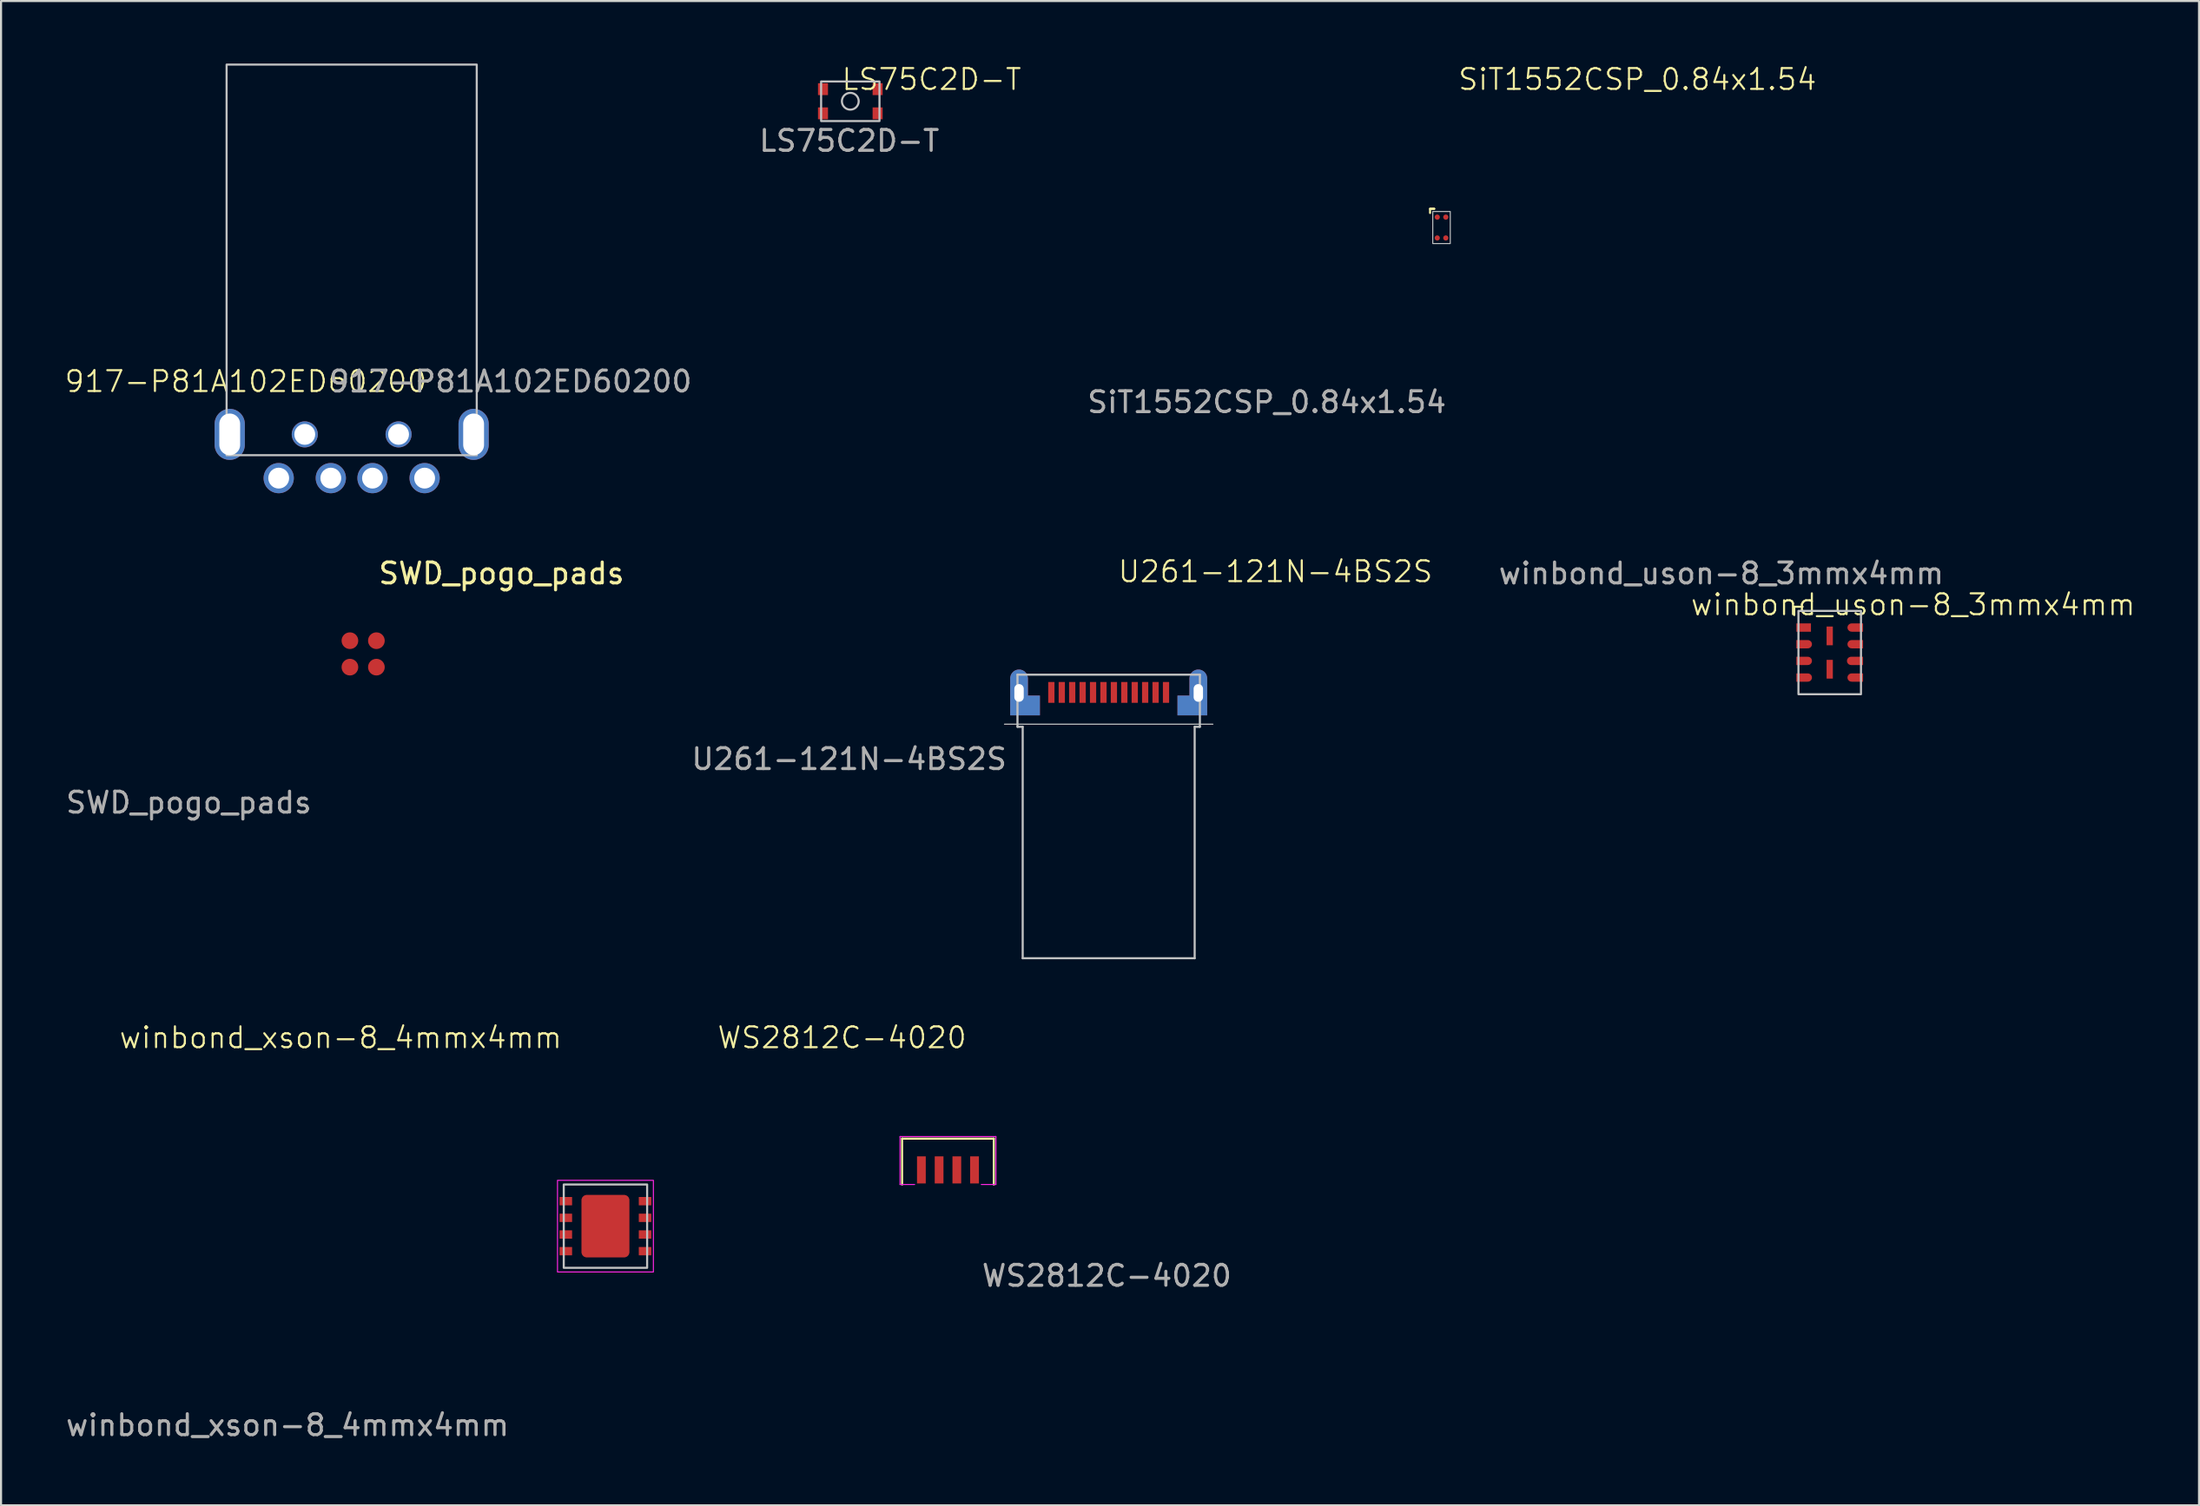
<source format=kicad_pcb>
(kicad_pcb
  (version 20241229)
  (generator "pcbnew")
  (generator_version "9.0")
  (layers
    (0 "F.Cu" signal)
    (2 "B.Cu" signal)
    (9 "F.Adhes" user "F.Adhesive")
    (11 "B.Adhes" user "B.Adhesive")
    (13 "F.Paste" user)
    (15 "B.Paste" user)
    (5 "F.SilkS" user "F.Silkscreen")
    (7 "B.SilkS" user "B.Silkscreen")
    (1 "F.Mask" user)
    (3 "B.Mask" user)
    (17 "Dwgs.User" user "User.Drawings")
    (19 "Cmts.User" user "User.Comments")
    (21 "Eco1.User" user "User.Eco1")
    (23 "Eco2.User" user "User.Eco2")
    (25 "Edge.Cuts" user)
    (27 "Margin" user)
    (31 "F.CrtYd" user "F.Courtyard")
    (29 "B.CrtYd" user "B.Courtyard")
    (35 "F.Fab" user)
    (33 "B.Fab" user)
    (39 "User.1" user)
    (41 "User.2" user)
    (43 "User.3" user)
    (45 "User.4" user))
  (footprint "winbond_uson-8_3mmx4mm"
    (layer "F.Cu")
    (at 84.724 28.273)
    (property "Reference" "winbond_uson-8_3mmx4mm" (at 4 -2.3 0) (unlocked yes) (layer "F.SilkS") (effects (font (size 1 1) (thickness 0.1))))
    (attr smd)
    (fp_line (start -1.7 -2.2) (end -1.3 -2.2) (stroke (width 0.1) (type default)) (layer "F.SilkS"))
    (fp_line (start -1.7 -1.8) (end -1.7 -2.2) (stroke (width 0.1) (type default)) (layer "F.SilkS"))
    (fp_rect (start -1.5 -2) (end 1.5 2) (stroke (width 0.1) (type default)) (fill no) (layer "Dwgs.User"))
    (fp_text user "${REFERENCE}" (at -5.2 -3.8 0) (unlocked yes) (layer "F.Fab") (effects (font (size 1 1) (thickness 0.15))))
    (pad "" smd rect (at 0 -0.8 90) (size 0.9 0.3) (layers "F.Cu" "F.Mask" "F.Paste"))
    (pad "" smd rect (at 0 0.8 90) (size 0.9 0.3) (layers "F.Cu" "F.Mask" "F.Paste"))
    (pad "1" smd rect (at -1.25 -1.2 270) (size 0.4 0.7) (layers "F.Cu" "F.Mask" "F.Paste"))
    (pad "2" smd custom (at -1.325 -0.4 270) (size 0.4 0.55) (layers "F.Cu" "F.Mask" "F.Paste") (options (anchor rect)) (primitives (gr_circle (center 0 -0.275) (end 0.2 -0.275) (width 0) (fill yes))))
    (pad "3" smd custom (at -1.325 0.4 90) (size 0.4 0.55) (layers "F.Cu" "F.Mask" "F.Paste") (options (anchor rect)) (primitives (gr_circle (center 0 0.275) (end 0 0.475) (width 0) (fill yes))))
    (pad "4" smd custom (at -1.325 1.2 90) (size 0.4 0.55) (layers "F.Cu" "F.Mask" "F.Paste") (options (anchor rect)) (primitives (gr_circle (center 0 0.275) (end 0 0.475) (width 0) (fill yes))))
    (pad "5" smd custom (at 1.325 1.2 90) (size 0.4 0.55) (layers "F.Cu" "F.Mask" "F.Paste") (options (anchor rect)) (primitives (gr_circle (center 0 -0.275) (end 0 -0.075) (width 0) (fill yes))))
    (pad "6" smd custom (at 1.312 0.4 90) (size 0.4 0.575) (layers "F.Cu" "F.Mask" "F.Paste") (options (anchor rect)) (primitives (gr_circle (center 0 -0.287) (end 0 -0.087) (width 0) (fill yes))))
    (pad "7" smd custom (at 1.325 -0.4 90) (size 0.4 0.55) (layers "F.Cu" "F.Mask" "F.Paste") (options (anchor rect)) (primitives (gr_circle (center 0 -0.275) (end 0 -0.075) (width 0) (fill yes))))
    (pad "8" smd custom (at 1.325 -1.2 90) (size 0.4 0.55) (layers "F.Cu" "F.Mask" "F.Paste") (options (anchor rect)) (primitives (gr_circle (center 0 -0.275) (end 0 -0.075) (width 0) (fill yes)))))
  (footprint "LS75C2D-T"
    (layer "F.Cu")
    (at 37.74 1.81)
    (property "Reference" "LS75C2D-T" (at 3.9 -1.05 0) (unlocked yes) (layer "F.SilkS") (effects (font (size 1 1) (thickness 0.1))))
    (attr through_hole)
    (fp_rect (start -1.4 -0.95) (end 1.4 0.95) (stroke (width 0.1) (type default)) (fill no) (layer "Dwgs.User"))
    (fp_circle (center 0 0) (end 0.35 -0.2) (stroke (width 0.1) (type default)) (fill no) (layer "Dwgs.User"))
    (fp_text user "${REFERENCE}" (at -0.05 1.9 0) (unlocked yes) (layer "F.Fab") (effects (font (size 1 1) (thickness 0.15))))
    (pad "1" smd rect (at -1.31 -0.58) (size 0.48 0.57) (layers "F.Cu" "F.Mask" "F.Paste"))
    (pad "1" smd rect (at 1.31 -0.58) (size 0.48 0.57) (layers "F.Cu" "F.Mask" "F.Paste"))
    (pad "2" smd rect (at -1.31 0.58) (size 0.48 0.57) (layers "F.Cu" "F.Mask" "F.Paste"))
    (pad "2" smd rect (at 1.31 0.58) (size 0.48 0.57) (layers "F.Cu" "F.Mask" "F.Paste")))
  (footprint "SWD_pogo_pads"
    (layer "F.Cu")
    (at 15.006 28.973)
    (property "Reference" "SWD_pogo_pads" (at 6 -4.5 0) (unlocked yes) (layer "F.SilkS") (effects (font (size 1 1) (thickness 0.15))))
    (attr smd)
    (fp_text user "${REFERENCE}" (at -9 6.5 0) (unlocked yes) (layer "F.Fab") (effects (font (size 1 1) (thickness 0.15))))
    (pad "1" smd circle (at -1.27 -1.27) (size 0.8 0.8) (layers "F.Cu" "F.Mask" "F.Paste"))
    (pad "2" smd circle (at 0 -1.27) (size 0.8 0.8) (layers "F.Cu" "F.Mask" "F.Paste"))
    (pad "3" smd circle (at -1.27 0) (size 0.8 0.8) (layers "F.Cu" "F.Mask" "F.Paste"))
    (pad "4" smd circle (at 0 0) (size 0.8 0.8) (layers "F.Cu" "F.Mask" "F.Paste")))
  (footprint "SiT1552CSP_0.84x1.54"
    (layer "F.Cu")
    (at 66.102 7.872)
    (property "Reference" "SiT1552CSP_0.84x1.54" (at 9.398 -7.112 0) (unlocked yes) (layer "F.SilkS") (effects (font (size 1 1) (thickness 0.1))))
    (attr smd)
    (fp_line (start -0.55 -0.9) (end -0.55 -0.7) (stroke (width 0.1) (type default)) (layer "F.SilkS"))
    (fp_line (start -0.55 -0.9) (end -0.35 -0.9) (stroke (width 0.1) (type default)) (layer "F.SilkS"))
    (fp_line (start -0.35 -0.9) (end -0.5 -0.9) (stroke (width 0.1) (type default)) (layer "F.SilkS"))
    (fp_rect (start -0.42 -0.77) (end 0.42 0.77) (stroke (width 0.05) (type default)) (fill no) (layer "Dwgs.User"))
    (fp_text user "${REFERENCE}" (at -8.382 8.382 0) (unlocked yes) (layer "F.Fab") (effects (font (size 1 1) (thickness 0.15))))
    (pad "1" smd circle (at -0.205 -0.5) (size 0.25 0.25) (layers "F.Cu" "F.Mask" "F.Paste"))
    (pad "2" smd circle (at -0.205 0.5) (size 0.25 0.25) (layers "F.Cu" "F.Mask" "F.Paste"))
    (pad "3" smd circle (at 0.205 0.5) (size 0.25 0.25) (layers "F.Cu" "F.Mask" "F.Paste"))
    (pad "4" smd circle (at 0.205 -0.5) (size 0.25 0.25) (layers "F.Cu" "F.Mask" "F.Paste")))
  (footprint "917-P81A102ED60200"
    (layer "F.Cu")
    (at 13.82 17.8)
    (property "Reference" "917-P81A102ED60200" (at -5.08 -2.54 0) (unlocked yes) (layer "F.SilkS") (effects (font (size 1 1) (thickness 0.1))))
    (attr through_hole)
    (fp_rect (start -6 1) (end 6 -17.75) (stroke (width 0.1) (type default)) (fill no) (layer "Dwgs.User"))
    (fp_text user "${REFERENCE}" (at 7.62 -2.54 0) (unlocked yes) (layer "F.Fab") (effects (font (size 1 1) (thickness 0.15))))
    (pad "" np_thru_hole circle (at -2.25 0) (size 1.25 1.25) (drill 1) (layers "*.Cu" "*.Mask"))
    (pad "" np_thru_hole circle (at 2.25 0) (size 1.25 1.25) (drill 1) (layers "*.Cu" "*.Mask"))
    (pad "1" thru_hole circle (at -3.5 2.1) (size 1.45 1.45) (drill 1) (layers "*.Cu" "*.Mask"))
    (pad "2" thru_hole circle (at -1 2.1) (size 1.45 1.45) (drill 1) (layers "*.Cu" "*.Mask"))
    (pad "3" thru_hole circle (at 1 2.1) (size 1.45 1.45) (drill 1) (layers "*.Cu" "*.Mask"))
    (pad "4" thru_hole circle (at 3.5 2.1) (size 1.45 1.45) (drill 1) (layers "*.Cu" "*.Mask"))
    (pad "5" thru_hole oval (at -5.85 0) (size 1.45 2.45) (drill oval 1 2) (layers "*.Cu" "*.Mask"))
    (pad "5" thru_hole oval (at 5.85 0) (size 1.45 2.45) (drill oval 1 2) (layers "*.Cu" "*.Mask")))
  (footprint "winbond_xson-8_4mmx4mm"
    (layer "F.Cu")
    (at 25.994 55.806)
    (property "Reference" "winbond_xson-8_4mmx4mm" (at -12.7 -9.05 0) (unlocked yes) (layer "F.SilkS") (effects (font (size 1 1) (thickness 0.1))))
    (attr smd)
    (fp_rect (start -2 -2) (end 2 2) (stroke (width 0.1) (type default)) (fill no) (layer "Dwgs.User"))
    (fp_rect (start -2.3 -2.2) (end 2.3 2.2) (stroke (width 0.05) (type default)) (fill no) (layer "F.CrtYd"))
    (fp_text user "${REFERENCE}" (at -15.25 9.55 0) (unlocked yes) (layer "F.Fab") (effects (font (size 1 1) (thickness 0.15))))
    (pad "1" smd custom (at -1.9 -1.2 270) (size 0.4 0.6) (layers "F.Cu" "F.Mask" "F.Paste") (options (anchor rect)) (primitives))
    (pad "2" smd custom (at -1.9 -0.4 270) (size 0.4 0.6) (layers "F.Cu" "F.Mask" "F.Paste") (options (anchor rect)) (primitives))
    (pad "3" smd custom (at -1.9 0.4 270) (size 0.4 0.6) (layers "F.Cu" "F.Mask" "F.Paste") (options (anchor rect)) (primitives))
    (pad "4" smd custom (at -1.9 1.2 270) (size 0.4 0.6) (layers "F.Cu" "F.Mask" "F.Paste") (options (anchor rect)) (primitives))
    (pad "4" smd custom (at 0 0 270) (size 0.4 0.6) (layers "F.Cu" "F.Mask" "F.Paste") (options (anchor rect)) (primitives (gr_rect (start -1.25 -0.9) (end 1.25 0.9) (width 0.5) (fill yes))))
    (pad "5" smd custom (at 1.9 1.2 270) (size 0.4 0.6) (layers "F.Cu" "F.Mask" "F.Paste") (options (anchor rect)) (primitives))
    (pad "6" smd custom (at 1.9 0.4 270) (size 0.4 0.6) (layers "F.Cu" "F.Mask" "F.Paste") (options (anchor rect)) (primitives))
    (pad "7" smd custom (at 1.9 -0.4 270) (size 0.4 0.6) (layers "F.Cu" "F.Mask" "F.Paste") (options (anchor rect)) (primitives))
    (pad "8" smd custom (at 1.9 -1.2 270) (size 0.4 0.6) (layers "F.Cu" "F.Mask" "F.Paste") (options (anchor rect)) (primitives)))
  (footprint "U261-121N-4BS2S"
    (layer "F.Cu")
    (at 50.135 30.186)
    (property "Reference" "U261-121N-4BS2S" (at 8 -5.8 0) (unlocked yes) (layer "F.SilkS") (effects (font (size 1 1) (thickness 0.1))))
    (attr smd)
    (fp_line (start -5 1.525) (end 5 1.525) (stroke (width 0.05) (type default)) (layer "Dwgs.User"))
    (fp_line (start -4.375 -0.85) (end -4.375 1.65) (stroke (width 0.1) (type default)) (layer "Dwgs.User"))
    (fp_line (start -4.375 -0.85) (end 4.375 -0.85) (stroke (width 0.1) (type default)) (layer "Dwgs.User"))
    (fp_line (start -4.375 1.65) (end -4.125 1.65) (stroke (width 0.1) (type default)) (layer "Dwgs.User"))
    (fp_line (start -4.125 1.65) (end -4.125 12.76) (stroke (width 0.1) (type default)) (layer "Dwgs.User"))
    (fp_line (start 4.125 1.65) (end 4.125 12.76) (stroke (width 0.1) (type default)) (layer "Dwgs.User"))
    (fp_line (start 4.125 12.76) (end -4.125 12.76) (stroke (width 0.1) (type default)) (layer "Dwgs.User"))
    (fp_line (start 4.375 -0.85) (end 4.375 1.65) (stroke (width 0.1) (type default)) (layer "Dwgs.User"))
    (fp_line (start 4.375 1.65) (end 4.125 1.65) (stroke (width 0.1) (type default)) (layer "Dwgs.User"))
    (fp_text user "${REFERENCE}" (at -12.45 3.2 0) (unlocked yes) (layer "F.Fab") (effects (font (size 1 1) (thickness 0.15))))
    (pad "A1" smd rect (at 2.75 0) (size 0.3 1) (layers "F.Cu" "F.Mask" "F.Paste"))
    (pad "A2" smd rect (at 2.25 0) (size 0.3 1) (layers "F.Cu" "F.Mask" "F.Paste"))
    (pad "A3" smd rect (at 1.75 0) (size 0.3 1) (layers "F.Cu" "F.Mask" "F.Paste"))
    (pad "A4" smd rect (at 1.25 0) (size 0.3 1) (layers "F.Cu" "F.Mask" "F.Paste"))
    (pad "A5" smd rect (at -1.25 0) (size 0.3 1) (layers "F.Cu" "F.Mask" "F.Paste"))
    (pad "A6" smd rect (at -1.75 0) (size 0.3 1) (layers "F.Cu" "F.Mask" "F.Paste"))
    (pad "A7" smd rect (at -2.25 0) (size 0.3 1) (layers "F.Cu" "F.Mask" "F.Paste"))
    (pad "A12" smd rect (at -2.75 0) (size 0.3 1) (layers "F.Cu" "F.Mask" "F.Paste"))
    (pad "B9" smd rect (at -0.75 0) (size 0.3 1) (layers "F.Cu" "F.Mask" "F.Paste"))
    (pad "B10" smd rect (at -0.25 0) (size 0.3 1) (layers "F.Cu" "F.Mask" "F.Paste"))
    (pad "B11" smd rect (at 0.25 0) (size 0.3 1) (layers "F.Cu" "F.Mask" "F.Paste"))
    (pad "B12" smd rect (at 0.75 0) (size 0.3 1) (layers "F.Cu" "F.Mask" "F.Paste"))
    (pad "S1" thru_hole custom (at -4.3 0.025) (size 0.85 0.85) (drill oval 0.45 1.8) (layers "*.Cu" "*.Mask") (options (anchor circle)) (primitives (gr_poly (pts (xy 0.421 0.755) (xy 0.393 0.863) (xy 0.337 0.959) (xy 0.259 1.037) (xy 0.163 1.075) (xy 0.055 1.071) (xy -0.055 1.071) (xy -0.175 1.075) (xy -0.259 1.037) (xy -0.337 0.959) (xy -0.393 0.863) (xy -0.421 0.755) (xy -0.425 0.7) (xy -0.425 -0.7) (xy -0.421 -0.755) (xy -0.393 -0.863) (xy -0.337 -0.959) (xy -0.259 -1.037) (xy -0.163 -1.093) (xy -0.055 -1.121) (xy 0.055 -1.121) (xy 0.163 -1.093) (xy 0.259 -1.037) (xy 0.337 -0.959) (xy 0.393 -0.863) (xy 0.421 -0.755) (xy 0.425 -0.7) (xy 0.425 0.7)) (width 0) (fill yes)) (gr_rect (start -0.425 0.125) (end 1 1.075) (width 0) (fill yes))))
    (pad "S1" thru_hole custom (at 4.3 0.025) (size 0.85 0.85) (drill oval 0.45 1.8) (layers "*.Cu" "*.Mask") (options (anchor circle)) (primitives (gr_rect (start -1 0.125) (end 0.425 1.075) (width 0) (fill yes)) (gr_poly (pts (xy 0.421 0.755) (xy 0.393 0.863) (xy 0.337 0.959) (xy 0.259 1.037) (xy 0.163 1.075) (xy 0.055 1.071) (xy -0.055 1.071) (xy -0.163 1.075) (xy -0.259 1.037) (xy -0.337 0.959) (xy -0.393 0.863) (xy -0.421 0.755) (xy -0.425 0.7) (xy -0.425 -0.7) (xy -0.421 -0.755) (xy -0.393 -0.863) (xy -0.337 -0.959) (xy -0.259 -1.037) (xy -0.163 -1.093) (xy -0.055 -1.121) (xy 0.055 -1.121) (xy 0.163 -1.093) (xy 0.259 -1.037) (xy 0.337 -0.959) (xy 0.393 -0.863) (xy 0.421 -0.755) (xy 0.425 -0.7) (xy 0.425 0.7)) (width 0) (fill yes)))))
  (footprint "WS2812C-4020"
    (layer "F.Cu")
    (at 42.425 53.106)
    (property "Reference" "WS2812C-4020" (at -5.08 -6.35 0) (unlocked yes) (layer "F.SilkS") (effects (font (size 1 1) (thickness 0.1))))
    (attr smd)
    (fp_line (start -2.2 -1.5) (end 2.2 -1.5) (stroke (width 0.1) (type default)) (layer "F.SilkS"))
    (fp_line (start -2.2 0.7) (end -2.2 -1.5) (stroke (width 0.1) (type default)) (layer "F.SilkS"))
    (fp_line (start 2.2 -1.5) (end 2.2 0.7) (stroke (width 0.1) (type default)) (layer "F.SilkS"))
    (fp_line (start -2.3 -1.6) (end 2.3 -1.6) (stroke (width 0.05) (type default)) (layer "F.CrtYd"))
    (fp_line (start -2.3 0.7) (end -2.3 -1.6) (stroke (width 0.05) (type default)) (layer "F.CrtYd"))
    (fp_line (start -1.6 0.7) (end -2.3 0.7) (stroke (width 0.05) (type default)) (layer "F.CrtYd"))
    (fp_line (start 2.3 -1.6) (end 2.3 0.7) (stroke (width 0.05) (type default)) (layer "F.CrtYd"))
    (fp_line (start 2.3 0.7) (end 1.6 0.7) (stroke (width 0.05) (type default)) (layer "F.CrtYd"))
    (fp_text user "${REFERENCE}" (at 7.62 5.08 0) (unlocked yes) (layer "F.Fab") (effects (font (size 1 1) (thickness 0.15))))
    (pad "1" smd rect (at 1.275 0) (size 0.42 1.3) (layers "F.Cu" "F.Mask" "F.Paste"))
    (pad "2" smd rect (at 0.425 0) (size 0.42 1.3) (layers "F.Cu" "F.Mask" "F.Paste"))
    (pad "3" smd rect (at -0.425 0) (size 0.42 1.3) (layers "F.Cu" "F.Mask" "F.Paste"))
    (pad "4" smd rect (at -1.275 0) (size 0.42 1.3) (layers "F.Cu" "F.Mask" "F.Paste")))
  (gr_rect
    (start -3 -3)
    (end 102.44 69.204)
    (stroke (width 0.1) (type default))
    (fill no)
    (layer "Edge.Cuts")))
</source>
